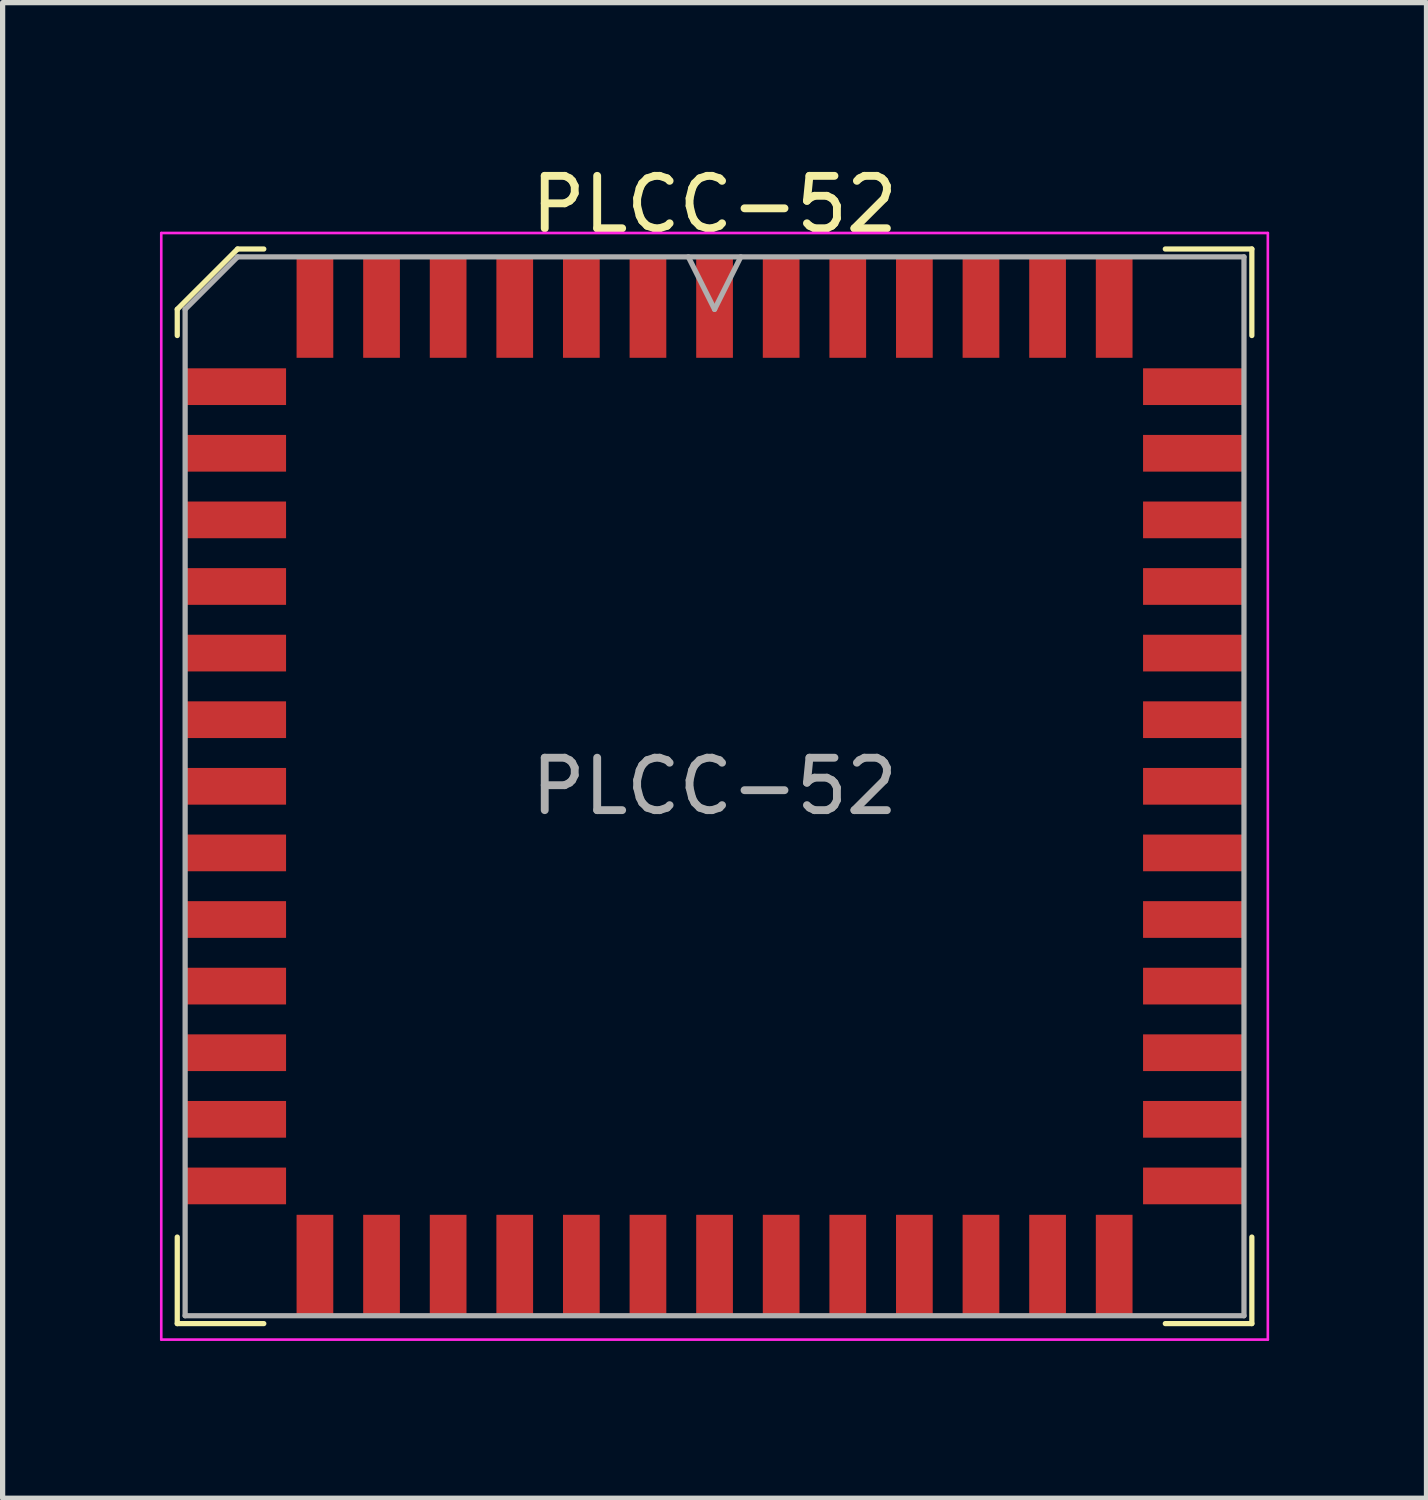
<source format=kicad_pcb>
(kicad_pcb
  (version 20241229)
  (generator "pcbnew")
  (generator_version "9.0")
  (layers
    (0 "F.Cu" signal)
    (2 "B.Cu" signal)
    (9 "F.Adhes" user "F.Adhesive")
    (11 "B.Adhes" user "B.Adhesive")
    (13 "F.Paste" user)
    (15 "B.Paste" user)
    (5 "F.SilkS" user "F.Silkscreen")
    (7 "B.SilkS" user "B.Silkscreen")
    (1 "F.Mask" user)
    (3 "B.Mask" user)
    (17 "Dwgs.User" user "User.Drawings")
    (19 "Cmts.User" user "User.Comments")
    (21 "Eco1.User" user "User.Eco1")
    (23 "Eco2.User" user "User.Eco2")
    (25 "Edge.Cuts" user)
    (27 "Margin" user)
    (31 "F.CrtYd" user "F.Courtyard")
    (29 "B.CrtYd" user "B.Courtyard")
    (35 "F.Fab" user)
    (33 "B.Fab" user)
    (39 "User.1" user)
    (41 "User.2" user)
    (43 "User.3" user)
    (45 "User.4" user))
  (footprint "PLCC-52"
    (layer "F.Cu")
    (at 10.575 11.943)
    (property "Reference" "PLCC-52" (at 0 -11.095 0) (layer "F.SilkS") (effects (font (size 1 1) (thickness 0.15))))
    (attr smd)
    (fp_line (start -10.245 -9.095) (end -10.245 -8.595) (stroke (width 0.1) (type solid)) (layer "F.SilkS"))
    (fp_line (start -10.245 10.245) (end -10.245 8.595) (stroke (width 0.1) (type solid)) (layer "F.SilkS"))
    (fp_line (start -9.095 -10.245) (end -10.245 -9.095) (stroke (width 0.1) (type solid)) (layer "F.SilkS"))
    (fp_line (start -8.595 -10.245) (end -9.095 -10.245) (stroke (width 0.1) (type solid)) (layer "F.SilkS"))
    (fp_line (start -8.595 10.245) (end -10.245 10.245) (stroke (width 0.1) (type solid)) (layer "F.SilkS"))
    (fp_line (start 8.595 -10.245) (end 10.245 -10.245) (stroke (width 0.1) (type solid)) (layer "F.SilkS"))
    (fp_line (start 8.595 10.245) (end 10.245 10.245) (stroke (width 0.1) (type solid)) (layer "F.SilkS"))
    (fp_line (start 10.245 -10.245) (end 10.245 -8.595) (stroke (width 0.1) (type solid)) (layer "F.SilkS"))
    (fp_line (start 10.245 10.245) (end 10.245 8.595) (stroke (width 0.1) (type solid)) (layer "F.SilkS"))
    (fp_line (start -10.55 -10.55) (end -10.55 10.55) (stroke (width 0.05) (type solid)) (layer "F.CrtYd"))
    (fp_line (start -10.55 10.55) (end 10.55 10.55) (stroke (width 0.05) (type solid)) (layer "F.CrtYd"))
    (fp_line (start 10.55 -10.55) (end -10.55 -10.55) (stroke (width 0.05) (type solid)) (layer "F.CrtYd"))
    (fp_line (start 10.55 10.55) (end 10.55 -10.55) (stroke (width 0.05) (type solid)) (layer "F.CrtYd"))
    (fp_line (start -10.095 -9.095) (end -10.095 10.095) (stroke (width 0.1) (type solid)) (layer "F.Fab"))
    (fp_line (start -10.095 10.095) (end 10.095 10.095) (stroke (width 0.1) (type solid)) (layer "F.Fab"))
    (fp_line (start -9.095 -10.095) (end -10.095 -9.095) (stroke (width 0.1) (type solid)) (layer "F.Fab"))
    (fp_line (start -0.5 -10.095) (end 0 -9.095) (stroke (width 0.1) (type solid)) (layer "F.Fab"))
    (fp_line (start 0 -9.095) (end 0.5 -10.095) (stroke (width 0.1) (type solid)) (layer "F.Fab"))
    (fp_line (start 10.095 -10.095) (end -9.095 -10.095) (stroke (width 0.1) (type solid)) (layer "F.Fab"))
    (fp_line (start 10.095 10.095) (end 10.095 -10.095) (stroke (width 0.1) (type solid)) (layer "F.Fab"))
    (fp_text user "${REFERENCE}" (at 0 0 0) (layer "F.Fab") (effects (font (size 1 1) (thickness 0.15))))
    (pad "1" smd rect (at 0 -9.133) (size 0.7 1.925) (layers "F.Cu" "F.Mask" "F.Paste"))
    (pad "2" smd rect (at -1.27 -9.133) (size 0.7 1.925) (layers "F.Cu" "F.Mask" "F.Paste"))
    (pad "3" smd rect (at -2.54 -9.133) (size 0.7 1.925) (layers "F.Cu" "F.Mask" "F.Paste"))
    (pad "4" smd rect (at -3.81 -9.133) (size 0.7 1.925) (layers "F.Cu" "F.Mask" "F.Paste"))
    (pad "5" smd rect (at -5.08 -9.133) (size 0.7 1.925) (layers "F.Cu" "F.Mask" "F.Paste"))
    (pad "6" smd rect (at -6.35 -9.133) (size 0.7 1.925) (layers "F.Cu" "F.Mask" "F.Paste"))
    (pad "7" smd rect (at -7.62 -9.133) (size 0.7 1.925) (layers "F.Cu" "F.Mask" "F.Paste"))
    (pad "8" smd rect (at -9.133 -7.62) (size 1.925 0.7) (layers "F.Cu" "F.Mask" "F.Paste"))
    (pad "9" smd rect (at -9.133 -6.35) (size 1.925 0.7) (layers "F.Cu" "F.Mask" "F.Paste"))
    (pad "10" smd rect (at -9.133 -5.08) (size 1.925 0.7) (layers "F.Cu" "F.Mask" "F.Paste"))
    (pad "11" smd rect (at -9.133 -3.81) (size 1.925 0.7) (layers "F.Cu" "F.Mask" "F.Paste"))
    (pad "12" smd rect (at -9.133 -2.54) (size 1.925 0.7) (layers "F.Cu" "F.Mask" "F.Paste"))
    (pad "13" smd rect (at -9.133 -1.27) (size 1.925 0.7) (layers "F.Cu" "F.Mask" "F.Paste"))
    (pad "14" smd rect (at -9.133 0) (size 1.925 0.7) (layers "F.Cu" "F.Mask" "F.Paste"))
    (pad "15" smd rect (at -9.133 1.27) (size 1.925 0.7) (layers "F.Cu" "F.Mask" "F.Paste"))
    (pad "16" smd rect (at -9.133 2.54) (size 1.925 0.7) (layers "F.Cu" "F.Mask" "F.Paste"))
    (pad "17" smd rect (at -9.133 3.81) (size 1.925 0.7) (layers "F.Cu" "F.Mask" "F.Paste"))
    (pad "18" smd rect (at -9.133 5.08) (size 1.925 0.7) (layers "F.Cu" "F.Mask" "F.Paste"))
    (pad "19" smd rect (at -9.133 6.35) (size 1.925 0.7) (layers "F.Cu" "F.Mask" "F.Paste"))
    (pad "20" smd rect (at -9.133 7.62) (size 1.925 0.7) (layers "F.Cu" "F.Mask" "F.Paste"))
    (pad "21" smd rect (at -7.62 9.133) (size 0.7 1.925) (layers "F.Cu" "F.Mask" "F.Paste"))
    (pad "22" smd rect (at -6.35 9.133) (size 0.7 1.925) (layers "F.Cu" "F.Mask" "F.Paste"))
    (pad "23" smd rect (at -5.08 9.133) (size 0.7 1.925) (layers "F.Cu" "F.Mask" "F.Paste"))
    (pad "24" smd rect (at -3.81 9.133) (size 0.7 1.925) (layers "F.Cu" "F.Mask" "F.Paste"))
    (pad "25" smd rect (at -2.54 9.133) (size 0.7 1.925) (layers "F.Cu" "F.Mask" "F.Paste"))
    (pad "26" smd rect (at -1.27 9.133) (size 0.7 1.925) (layers "F.Cu" "F.Mask" "F.Paste"))
    (pad "27" smd rect (at 0 9.133) (size 0.7 1.925) (layers "F.Cu" "F.Mask" "F.Paste"))
    (pad "28" smd rect (at 1.27 9.133) (size 0.7 1.925) (layers "F.Cu" "F.Mask" "F.Paste"))
    (pad "29" smd rect (at 2.54 9.133) (size 0.7 1.925) (layers "F.Cu" "F.Mask" "F.Paste"))
    (pad "30" smd rect (at 3.81 9.133) (size 0.7 1.925) (layers "F.Cu" "F.Mask" "F.Paste"))
    (pad "31" smd rect (at 5.08 9.133) (size 0.7 1.925) (layers "F.Cu" "F.Mask" "F.Paste"))
    (pad "32" smd rect (at 6.35 9.133) (size 0.7 1.925) (layers "F.Cu" "F.Mask" "F.Paste"))
    (pad "33" smd rect (at 7.62 9.133) (size 0.7 1.925) (layers "F.Cu" "F.Mask" "F.Paste"))
    (pad "34" smd rect (at 9.133 7.62) (size 1.925 0.7) (layers "F.Cu" "F.Mask" "F.Paste"))
    (pad "35" smd rect (at 9.133 6.35) (size 1.925 0.7) (layers "F.Cu" "F.Mask" "F.Paste"))
    (pad "36" smd rect (at 9.133 5.08) (size 1.925 0.7) (layers "F.Cu" "F.Mask" "F.Paste"))
    (pad "37" smd rect (at 9.133 3.81) (size 1.925 0.7) (layers "F.Cu" "F.Mask" "F.Paste"))
    (pad "38" smd rect (at 9.133 2.54) (size 1.925 0.7) (layers "F.Cu" "F.Mask" "F.Paste"))
    (pad "39" smd rect (at 9.133 1.27) (size 1.925 0.7) (layers "F.Cu" "F.Mask" "F.Paste"))
    (pad "40" smd rect (at 9.133 0) (size 1.925 0.7) (layers "F.Cu" "F.Mask" "F.Paste"))
    (pad "41" smd rect (at 9.133 -1.27) (size 1.925 0.7) (layers "F.Cu" "F.Mask" "F.Paste"))
    (pad "42" smd rect (at 9.133 -2.54) (size 1.925 0.7) (layers "F.Cu" "F.Mask" "F.Paste"))
    (pad "43" smd rect (at 9.133 -3.81) (size 1.925 0.7) (layers "F.Cu" "F.Mask" "F.Paste"))
    (pad "44" smd rect (at 9.133 -5.08) (size 1.925 0.7) (layers "F.Cu" "F.Mask" "F.Paste"))
    (pad "45" smd rect (at 9.133 -6.35) (size 1.925 0.7) (layers "F.Cu" "F.Mask" "F.Paste"))
    (pad "46" smd rect (at 9.133 -7.62) (size 1.925 0.7) (layers "F.Cu" "F.Mask" "F.Paste"))
    (pad "47" smd rect (at 7.62 -9.133) (size 0.7 1.925) (layers "F.Cu" "F.Mask" "F.Paste"))
    (pad "48" smd rect (at 6.35 -9.133) (size 0.7 1.925) (layers "F.Cu" "F.Mask" "F.Paste"))
    (pad "49" smd rect (at 5.08 -9.133) (size 0.7 1.925) (layers "F.Cu" "F.Mask" "F.Paste"))
    (pad "50" smd rect (at 3.81 -9.133) (size 0.7 1.925) (layers "F.Cu" "F.Mask" "F.Paste"))
    (pad "51" smd rect (at 2.54 -9.133) (size 0.7 1.925) (layers "F.Cu" "F.Mask" "F.Paste"))
    (pad "52" smd rect (at 1.27 -9.133) (size 0.7 1.925) (layers "F.Cu" "F.Mask" "F.Paste")))
  (gr_rect
    (start -3 -3)
    (end 24.15 25.518)
    (stroke (width 0.1) (type default))
    (fill no)
    (layer "Edge.Cuts")))
</source>
